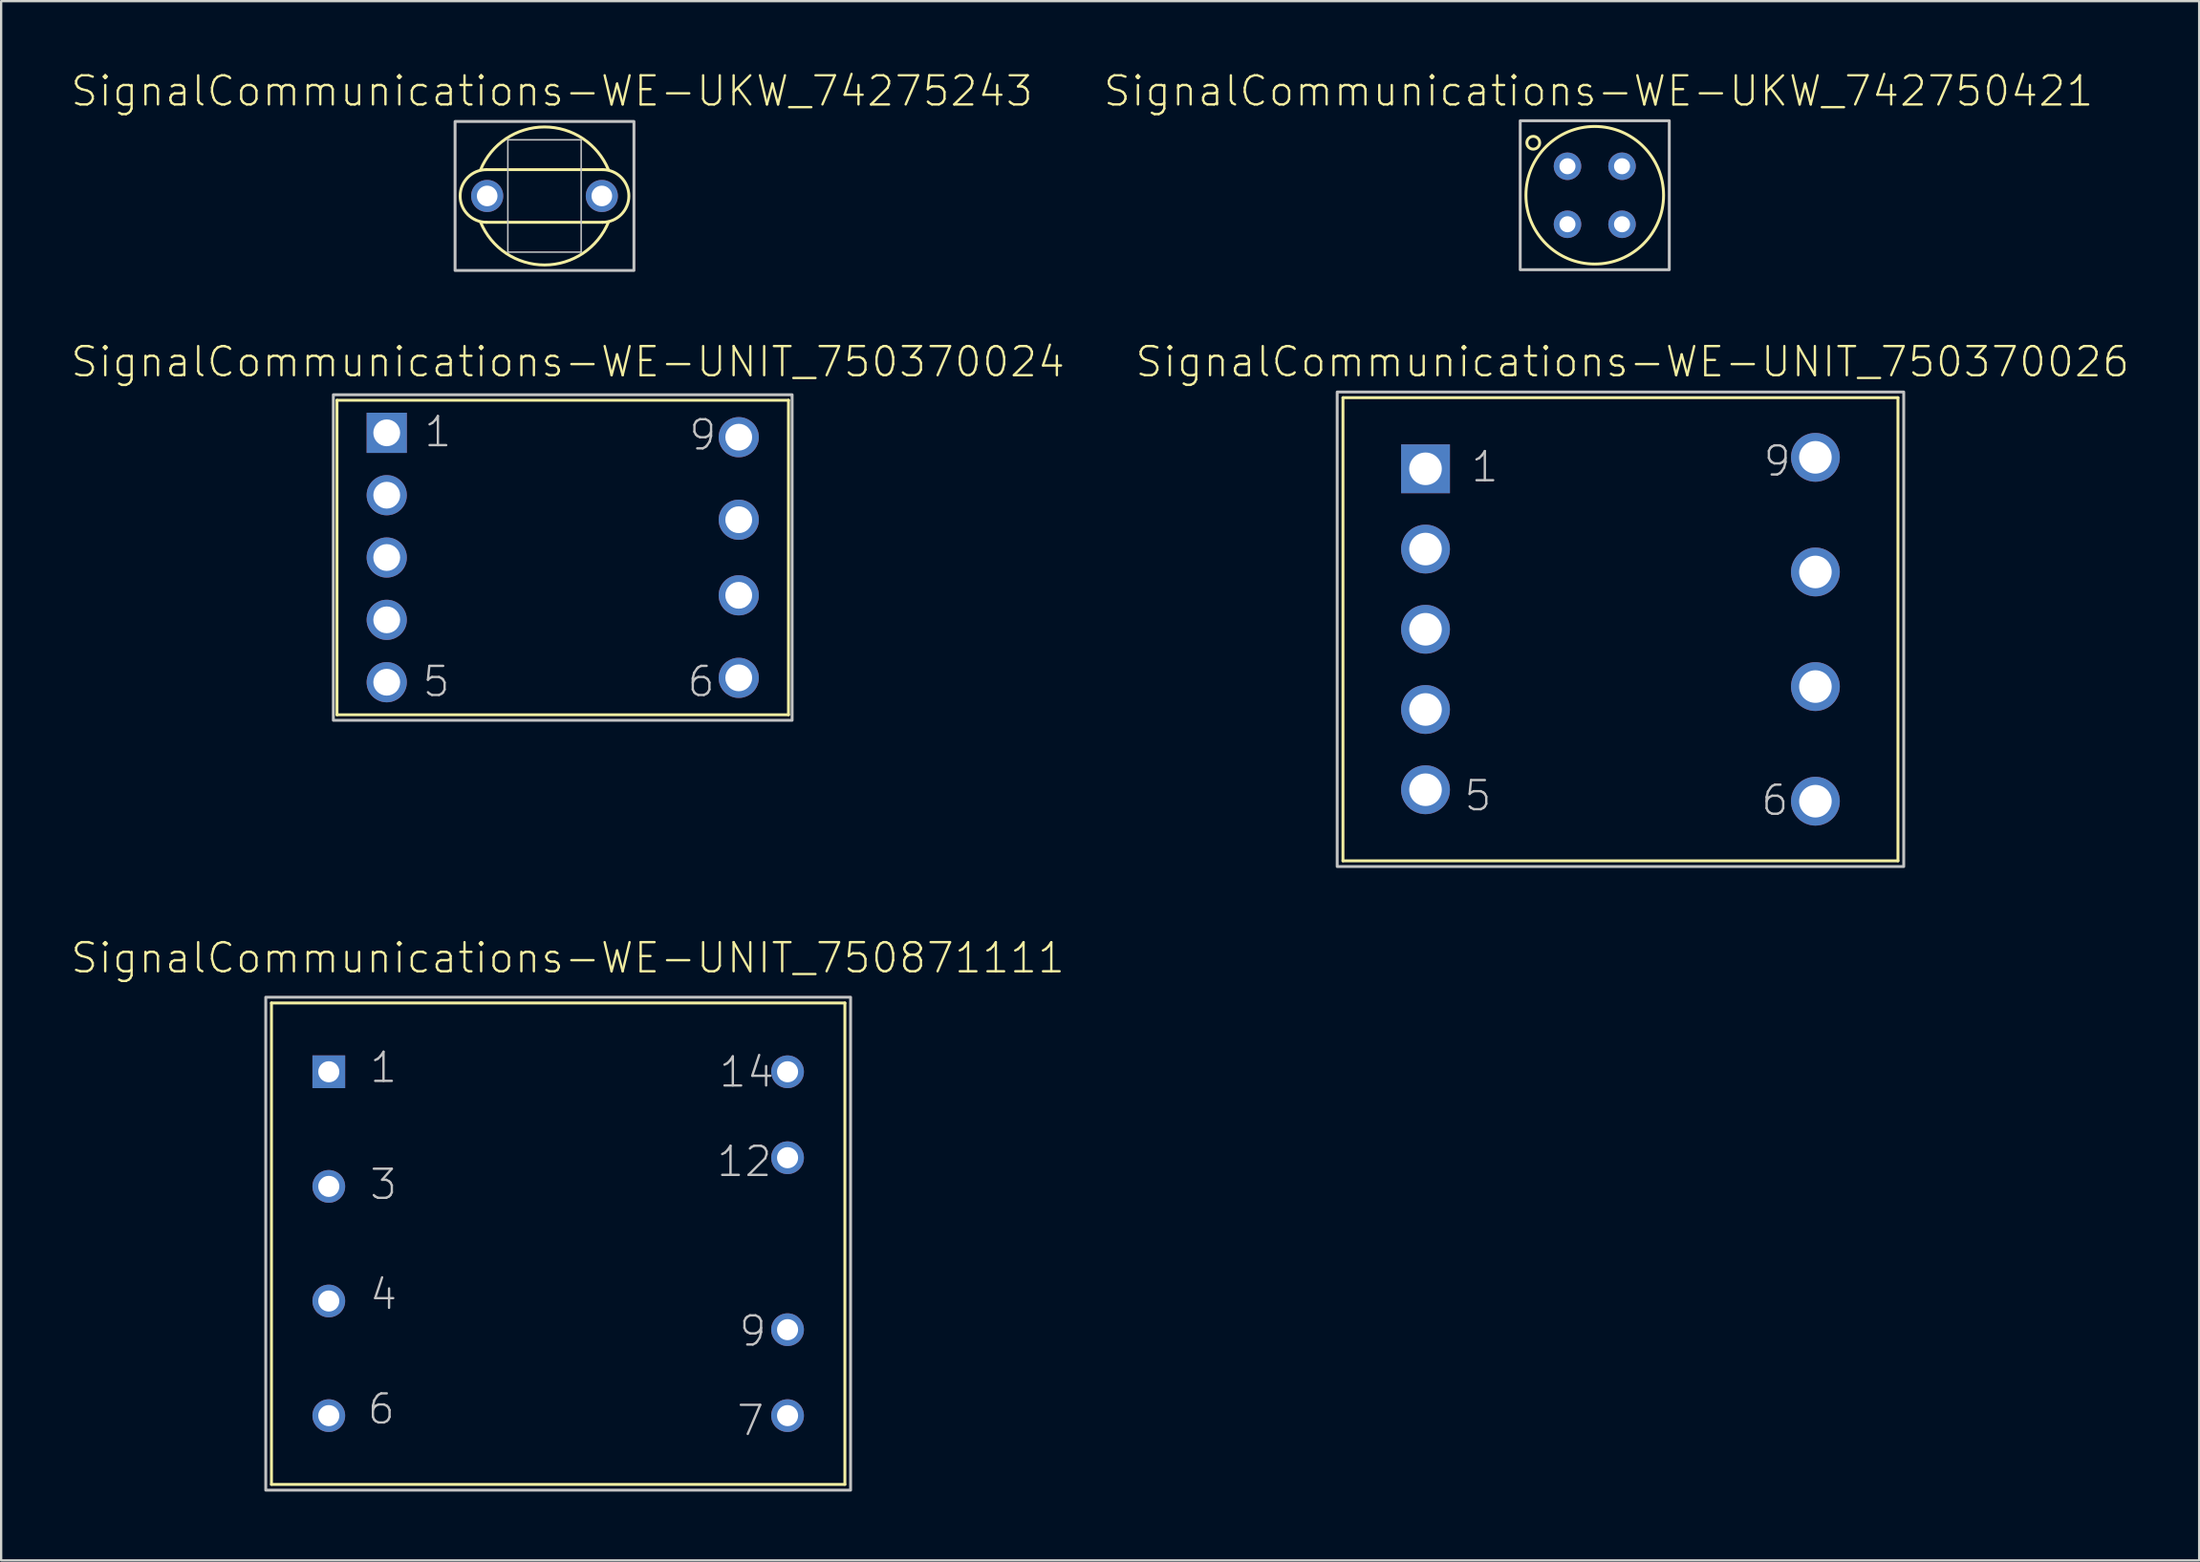
<source format=kicad_pcb>
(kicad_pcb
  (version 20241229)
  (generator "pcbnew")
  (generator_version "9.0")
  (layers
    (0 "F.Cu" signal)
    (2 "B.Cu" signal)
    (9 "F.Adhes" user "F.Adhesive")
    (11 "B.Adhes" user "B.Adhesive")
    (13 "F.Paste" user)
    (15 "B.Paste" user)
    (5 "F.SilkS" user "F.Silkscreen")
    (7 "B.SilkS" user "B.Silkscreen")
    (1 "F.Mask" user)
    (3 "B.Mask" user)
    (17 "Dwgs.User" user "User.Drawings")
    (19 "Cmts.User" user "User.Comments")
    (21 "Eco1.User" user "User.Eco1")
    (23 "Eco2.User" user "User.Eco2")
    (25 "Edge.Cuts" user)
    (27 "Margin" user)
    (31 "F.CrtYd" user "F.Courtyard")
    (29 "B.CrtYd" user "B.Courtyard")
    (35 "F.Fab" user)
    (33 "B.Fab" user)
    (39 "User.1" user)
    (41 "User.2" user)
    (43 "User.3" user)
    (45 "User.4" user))
  (footprint "SignalCommunications-WE-UNIT_750871111"
    (layer "F.Cu")
    (at 21.284 51.189)
    (property "Reference" "SignalCommunications-WE-UNIT_750871111" (at 0.422 -12.464 0) (layer "F.SilkS") (effects (font (size 1.27 1.27) (thickness 0.102))))
    (attr exclude_from_pos_files exclude_from_bom)
    (fp_line (start -12.499 -10.498) (end -12.499 10.498) (stroke (width 0.127) (type solid)) (layer "F.SilkS"))
    (fp_line (start -12.499 10.498) (end 12.499 10.498) (stroke (width 0.127) (type solid)) (layer "F.SilkS"))
    (fp_line (start 12.499 -10.498) (end -12.499 -10.498) (stroke (width 0.127) (type solid)) (layer "F.SilkS"))
    (fp_line (start 12.499 10.498) (end 12.499 -10.498) (stroke (width 0.127) (type solid)) (layer "F.SilkS"))
    (fp_poly (pts (xy -12.748 -10.749) (xy 12.748 -10.749) (xy 12.748 10.749) (xy -12.748 10.749) (xy -12.748 -10.749)) (stroke (width 0.127) (type solid)) (fill no) (layer "Dwgs.User"))
    (fp_text user "7" (at 8.385 7.714 0) (layer "Dwgs.User") (effects (font (size 1.27 1.27) (thickness 0.102))))
    (fp_text user "12" (at 8.118 -3.584 0) (layer "Dwgs.User") (effects (font (size 1.27 1.27) (thickness 0.102))))
    (fp_text user "3" (at -7.615 -2.583 0) (layer "Dwgs.User") (effects (font (size 1.27 1.27) (thickness 0.102))))
    (fp_text user "6" (at -7.714 7.214 0) (layer "Dwgs.User") (effects (font (size 1.27 1.27) (thickness 0.102))))
    (fp_text user "14" (at 8.219 -7.483 0) (layer "Dwgs.User") (effects (font (size 1.27 1.27) (thickness 0.102))))
    (fp_text user "4" (at -7.615 2.215 0) (layer "Dwgs.User") (effects (font (size 1.27 1.27) (thickness 0.102))))
    (fp_text user "1" (at -7.615 -7.684 0) (layer "Dwgs.User") (effects (font (size 1.27 1.27) (thickness 0.102))))
    (fp_text user "9" (at 8.484 3.813 0) (layer "Dwgs.User") (effects (font (size 1.27 1.27) (thickness 0.102))))
    (pad "1" thru_hole rect (at -10 -7.498) (size 1.427 1.427) (drill 0.919) (layers "*.Cu" "*.Paste" "*.Mask"))
    (pad "3" thru_hole circle (at -10 -2.499) (size 1.427 1.427) (drill 0.919) (layers "*.Cu" "*.Paste" "*.Mask"))
    (pad "4" thru_hole circle (at -10 2.499) (size 1.427 1.427) (drill 0.919) (layers "*.Cu" "*.Paste" "*.Mask"))
    (pad "6" thru_hole circle (at -10 7.498) (size 1.427 1.427) (drill 0.919) (layers "*.Cu" "*.Paste" "*.Mask"))
    (pad "7" thru_hole circle (at 10 7.498) (size 1.427 1.427) (drill 0.919) (layers "*.Cu" "*.Paste" "*.Mask"))
    (pad "9" thru_hole circle (at 10 3.749) (size 1.427 1.427) (drill 0.919) (layers "*.Cu" "*.Paste" "*.Mask"))
    (pad "12" thru_hole circle (at 10 -3.749) (size 1.427 1.427) (drill 0.919) (layers "*.Cu" "*.Paste" "*.Mask"))
    (pad "14" thru_hole circle (at 10 -7.498) (size 1.427 1.427) (drill 0.919) (layers "*.Cu" "*.Paste" "*.Mask")))
  (footprint "SignalCommunications-WE-UNIT_750370024"
    (layer "F.Cu")
    (at 21.483 21.264)
    (property "Reference" "SignalCommunications-WE-UNIT_750370024" (at 0.224 -8.534 0) (layer "F.SilkS") (effects (font (size 1.27 1.27) (thickness 0.102))))
    (attr exclude_from_pos_files exclude_from_bom)
    (fp_line (start -9.842 -6.858) (end -9.842 6.858) (stroke (width 0.127) (type solid)) (layer "F.SilkS"))
    (fp_line (start -9.842 -6.858) (end 9.842 -6.858) (stroke (width 0.127) (type solid)) (layer "F.SilkS"))
    (fp_line (start -9.842 6.858) (end 9.842 6.858) (stroke (width 0.127) (type solid)) (layer "F.SilkS"))
    (fp_line (start 9.842 -6.858) (end 9.842 6.858) (stroke (width 0.127) (type solid)) (layer "F.SilkS"))
    (fp_poly (pts (xy -10 -7.099) (xy 10 -7.099) (xy 10 7.099) (xy -10 7.099) (xy -10 -7.099)) (stroke (width 0.127) (type solid)) (fill no) (layer "Dwgs.User"))
    (fp_text user "5" (at -5.514 5.413 0) (layer "Dwgs.User") (effects (font (size 1.27 1.27) (thickness 0.102))))
    (fp_text user "1" (at -5.443 -5.484 0) (layer "Dwgs.User") (effects (font (size 1.27 1.27) (thickness 0.102))))
    (fp_text user "6" (at 6.032 5.413 0) (layer "Dwgs.User") (effects (font (size 1.27 1.27) (thickness 0.102))))
    (fp_text user "9" (at 6.104 -5.344 0) (layer "Dwgs.User") (effects (font (size 1.27 1.27) (thickness 0.102))))
    (pad "1" thru_hole rect (at -7.673 -5.438) (size 1.753 1.753) (drill 1.168) (layers "*.Cu" "*.Paste" "*.Mask"))
    (pad "2" thru_hole circle (at -7.673 -2.718) (size 1.753 1.753) (drill 1.168) (layers "*.Cu" "*.Paste" "*.Mask"))
    (pad "3" thru_hole circle (at -7.673 0) (size 1.753 1.753) (drill 1.168) (layers "*.Cu" "*.Paste" "*.Mask"))
    (pad "4" thru_hole circle (at -7.673 2.718) (size 1.753 1.753) (drill 1.168) (layers "*.Cu" "*.Paste" "*.Mask"))
    (pad "5" thru_hole circle (at -7.673 5.438) (size 1.753 1.753) (drill 1.168) (layers "*.Cu" "*.Paste" "*.Mask"))
    (pad "6" thru_hole circle (at 7.673 5.248) (size 1.753 1.753) (drill 1.168) (layers "*.Cu" "*.Paste" "*.Mask"))
    (pad "7" thru_hole circle (at 7.673 1.648) (size 1.753 1.753) (drill 1.168) (layers "*.Cu" "*.Paste" "*.Mask"))
    (pad "8" thru_hole circle (at 7.673 -1.648) (size 1.753 1.753) (drill 1.168) (layers "*.Cu" "*.Paste" "*.Mask"))
    (pad "9" thru_hole circle (at 7.673 -5.248) (size 1.753 1.753) (drill 1.168) (layers "*.Cu" "*.Paste" "*.Mask")))
  (footprint "SignalCommunications-WE-UKW_74275243"
    (layer "F.Cu")
    (at 20.688 5.496)
    (property "Reference" "SignalCommunications-WE-UKW_74275243" (at 0.323 -4.575 0) (layer "F.SilkS") (effects (font (size 1.27 1.27) (thickness 0.102))))
    (attr exclude_from_pos_files exclude_from_bom)
    (fp_line (start -2.53 -1.148) (end 2.53 -1.148) (stroke (width 0.127) (type solid)) (layer "F.SilkS"))
    (fp_line (start -2.53 1.148) (end 2.53 1.148) (stroke (width 0.127) (type solid)) (layer "F.SilkS"))
    (fp_arc (start -2.78892 -1.13792) (mid -0.003389 -3.008972) (end 2.786343 -1.144188) (stroke (width 0.127) (type solid)) (layer "F.SilkS"))
    (fp_arc (start -2.52984 1.14808) (mid -3.67792 0) (end -2.52984 -1.14808) (stroke (width 0.127) (type solid)) (layer "F.SilkS"))
    (fp_arc (start 2.52984 -1.14808) (mid 3.67792 0) (end 2.52984 1.14808) (stroke (width 0.127) (type solid)) (layer "F.SilkS"))
    (fp_arc (start 2.78892 1.13792) (mid 0.003389 3.008972) (end -2.786343 1.144188) (stroke (width 0.127) (type solid)) (layer "F.SilkS"))
    (fp_line (start -1.598 -2.449) (end 1.598 -2.449) (stroke (width 0.066) (type solid)) (layer "Dwgs.User"))
    (fp_line (start -1.598 2.449) (end -1.598 -2.449) (stroke (width 0.066) (type solid)) (layer "Dwgs.User"))
    (fp_line (start -1.598 2.449) (end 1.598 2.449) (stroke (width 0.066) (type solid)) (layer "Dwgs.User"))
    (fp_line (start 1.598 2.449) (end 1.598 -2.449) (stroke (width 0.066) (type solid)) (layer "Dwgs.User"))
    (fp_poly (pts (xy -3.899 -3.249) (xy 3.899 -3.249) (xy 3.899 3.249) (xy -3.899 3.249) (xy -3.899 -3.249)) (stroke (width 0.127) (type solid)) (fill no) (layer "Dwgs.User"))
    (pad "1" thru_hole circle (at -2.499 0) (size 1.4 1.4) (drill 0.899) (layers "*.Cu" "*.Paste" "*.Mask"))
    (pad "2" thru_hole circle (at 2.499 0) (size 1.4 1.4) (drill 0.899) (layers "*.Cu" "*.Paste" "*.Mask")))
  (footprint "SignalCommunications-WE-UNIT_750370026"
    (layer "F.Cu")
    (at 67.595 24.393)
    (property "Reference" "SignalCommunications-WE-UNIT_750370026" (at 0.523 -11.664 0) (layer "F.SilkS") (effects (font (size 1.27 1.27) (thickness 0.102))))
    (attr exclude_from_pos_files exclude_from_bom)
    (fp_line (start -12.098 -10.099) (end -12.098 10.099) (stroke (width 0.127) (type solid)) (layer "F.SilkS"))
    (fp_line (start -12.098 10.099) (end 12.098 10.099) (stroke (width 0.127) (type solid)) (layer "F.SilkS"))
    (fp_line (start 12.098 -10.099) (end -12.098 -10.099) (stroke (width 0.127) (type solid)) (layer "F.SilkS"))
    (fp_line (start 12.098 10.099) (end 12.098 -10.099) (stroke (width 0.127) (type solid)) (layer "F.SilkS"))
    (fp_poly (pts (xy -12.349 -10.348) (xy 12.349 -10.348) (xy 12.349 10.348) (xy -12.349 10.348) (xy -12.349 -10.348)) (stroke (width 0.127) (type solid)) (fill no) (layer "Dwgs.User"))
    (fp_text user "5" (at -6.213 7.264 0) (layer "Dwgs.User") (effects (font (size 1.27 1.27) (thickness 0.102))))
    (fp_text user "1" (at -5.913 -7.084 0) (layer "Dwgs.User") (effects (font (size 1.27 1.27) (thickness 0.102))))
    (fp_text user "6" (at 6.734 7.463 0) (layer "Dwgs.User") (effects (font (size 1.27 1.27) (thickness 0.102))))
    (fp_text user "9" (at 6.833 -7.333 0) (layer "Dwgs.User") (effects (font (size 1.27 1.27) (thickness 0.102))))
    (pad "1" thru_hole rect (at -8.499 -6.998) (size 2.129 2.129) (drill 1.42) (layers "*.Cu" "*.Paste" "*.Mask"))
    (pad "2" thru_hole circle (at -8.499 -3.498) (size 2.129 2.129) (drill 1.42) (layers "*.Cu" "*.Paste" "*.Mask"))
    (pad "3" thru_hole circle (at -8.499 0) (size 2.129 2.129) (drill 1.42) (layers "*.Cu" "*.Paste" "*.Mask"))
    (pad "4" thru_hole circle (at -8.499 3.498) (size 2.129 2.129) (drill 1.42) (layers "*.Cu" "*.Paste" "*.Mask"))
    (pad "5" thru_hole circle (at -8.499 6.998) (size 2.129 2.129) (drill 1.42) (layers "*.Cu" "*.Paste" "*.Mask"))
    (pad "6" thru_hole circle (at 8.499 7.498) (size 2.129 2.129) (drill 1.42) (layers "*.Cu" "*.Paste" "*.Mask"))
    (pad "7" thru_hole circle (at 8.499 2.499) (size 2.129 2.129) (drill 1.42) (layers "*.Cu" "*.Paste" "*.Mask"))
    (pad "8" thru_hole circle (at 8.499 -2.499) (size 2.129 2.129) (drill 1.42) (layers "*.Cu" "*.Paste" "*.Mask"))
    (pad "9" thru_hole circle (at 8.499 -7.498) (size 2.129 2.129) (drill 1.42) (layers "*.Cu" "*.Paste" "*.Mask")))
  (footprint "SignalCommunications-WE-UKW_742750421"
    (layer "F.Cu")
    (at 66.474 5.465)
    (property "Reference" "SignalCommunications-WE-UKW_742750421" (at 0.163 -4.544 0) (layer "F.SilkS") (effects (font (size 1.27 1.27) (thickness 0.102))))
    (attr exclude_from_pos_files exclude_from_bom)
    (fp_circle (center -2.68 -2.289) (end -2.68 -2.568) (stroke (width 0.127) (type solid)) (fill no) (layer "F.SilkS"))
    (fp_circle (center 0 0) (end 0 -3) (stroke (width 0.127) (type solid)) (fill no) (layer "F.SilkS"))
    (fp_poly (pts (xy -3.249 -3.249) (xy 3.249 -3.249) (xy 3.249 3.249) (xy -3.249 3.249) (xy -3.249 -3.249)) (stroke (width 0.127) (type solid)) (fill no) (layer "Dwgs.User"))
    (pad "1" thru_hole circle (at -1.189 -1.265) (size 1.199 1.199) (drill 0.699) (layers "*.Cu" "*.Paste" "*.Mask"))
    (pad "2" thru_hole circle (at 1.189 -1.265) (size 1.199 1.199) (drill 0.699) (layers "*.Cu" "*.Paste" "*.Mask"))
    (pad "3" thru_hole circle (at 1.189 1.265) (size 1.199 1.199) (drill 0.699) (layers "*.Cu" "*.Paste" "*.Mask"))
    (pad "4" thru_hole circle (at -1.189 1.265) (size 1.199 1.199) (drill 0.699) (layers "*.Cu" "*.Paste" "*.Mask")))
  (gr_rect
    (start -3 -3)
    (end 92.824 65.002)
    (stroke (width 0.1) (type default))
    (fill no)
    (layer "Edge.Cuts")))
</source>
